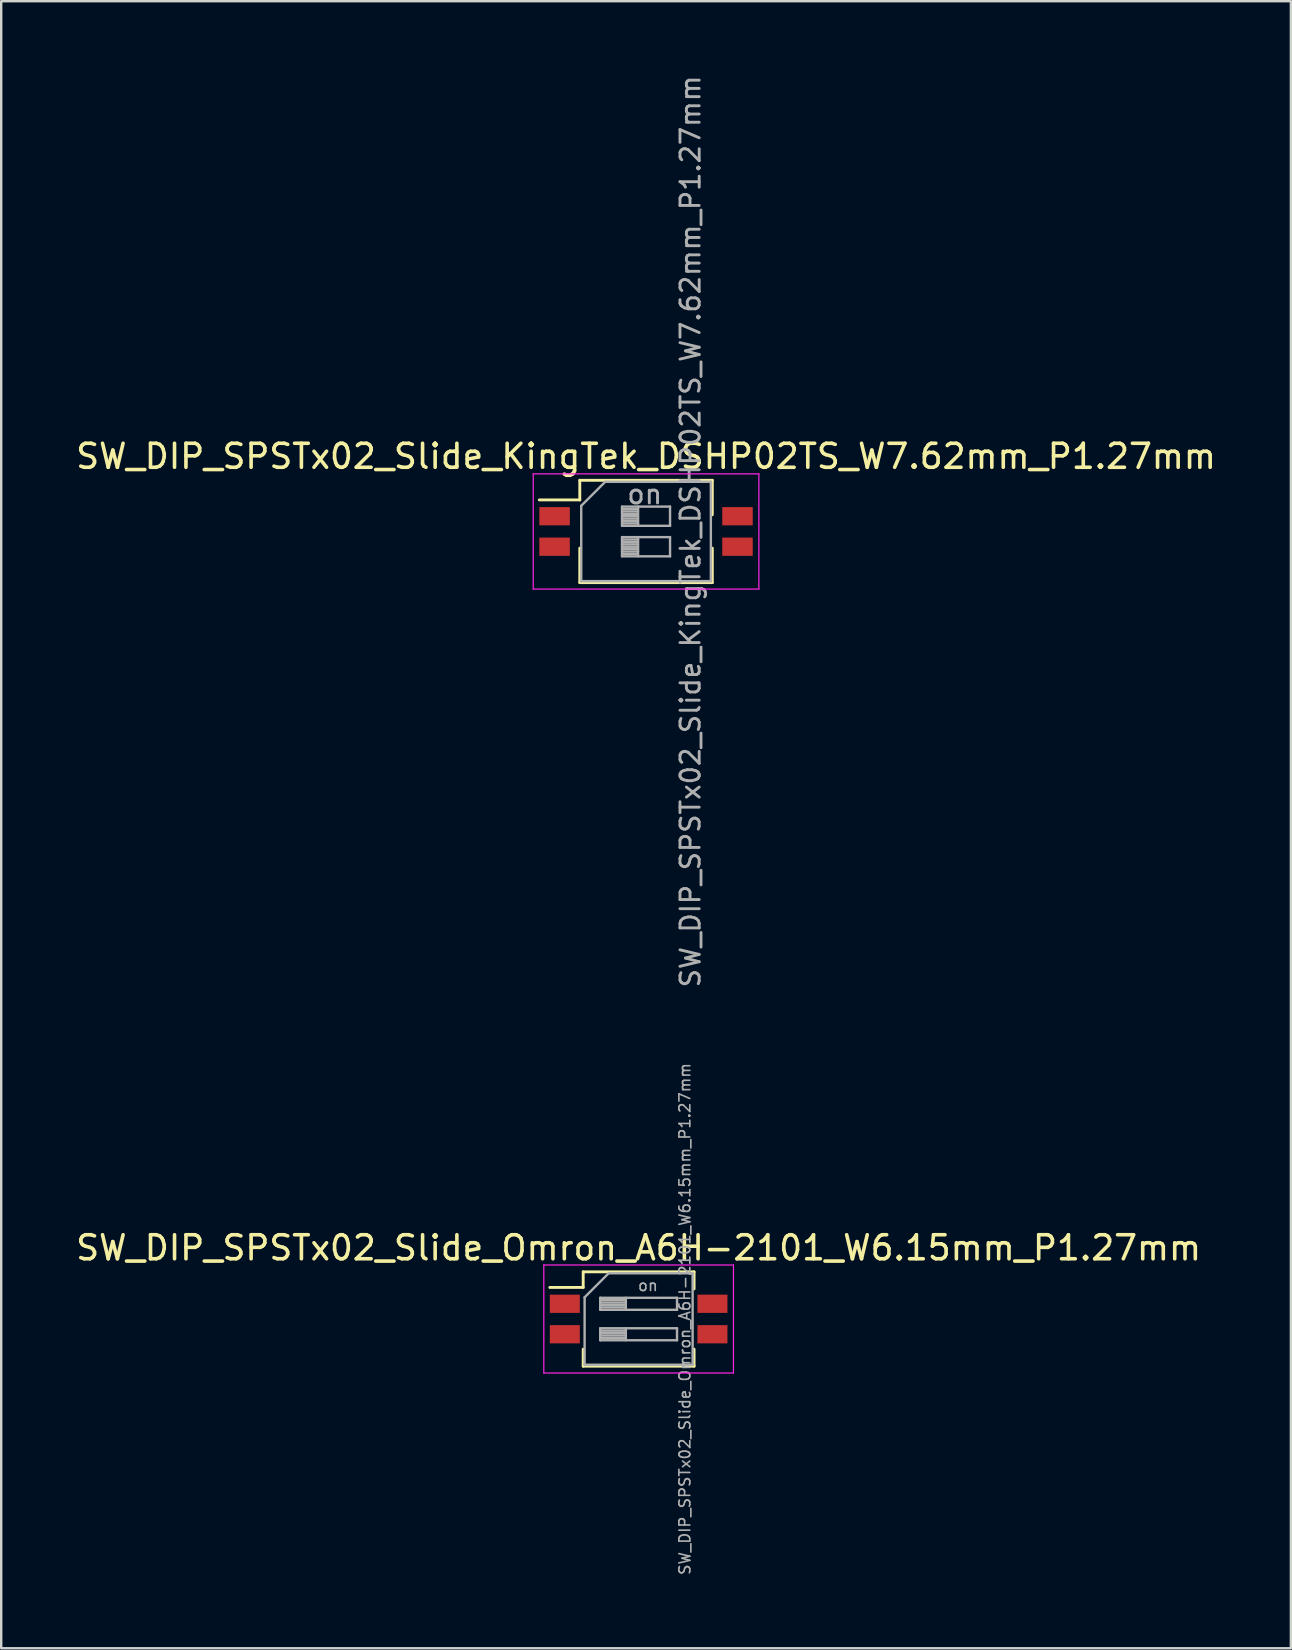
<source format=kicad_pcb>
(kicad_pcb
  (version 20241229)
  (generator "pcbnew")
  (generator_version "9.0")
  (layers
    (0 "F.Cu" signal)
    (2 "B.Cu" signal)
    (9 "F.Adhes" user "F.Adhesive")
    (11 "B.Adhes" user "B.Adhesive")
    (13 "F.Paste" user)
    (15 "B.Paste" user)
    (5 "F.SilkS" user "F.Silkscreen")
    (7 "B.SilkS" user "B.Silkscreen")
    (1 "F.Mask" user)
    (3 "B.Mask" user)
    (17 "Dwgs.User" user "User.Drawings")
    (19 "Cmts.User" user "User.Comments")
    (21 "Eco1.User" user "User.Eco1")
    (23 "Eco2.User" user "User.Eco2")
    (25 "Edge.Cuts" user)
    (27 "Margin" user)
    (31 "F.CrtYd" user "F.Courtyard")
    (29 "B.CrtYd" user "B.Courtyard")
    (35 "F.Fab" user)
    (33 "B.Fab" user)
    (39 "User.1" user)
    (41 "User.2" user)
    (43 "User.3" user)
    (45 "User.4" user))
  (footprint "SW_DIP_SPSTx02_Slide_Omron_A6H-2101_W6.15mm_P1.27mm"
    (layer "F.Cu")
    (at 23.554 51.898)
    (property "Reference" "SW_DIP_SPSTx02_Slide_Omron_A6H-2101_W6.15mm_P1.27mm" (at 0 -2.965 0) (layer "F.SilkS") (effects (font (size 1 1) (thickness 0.15))))
    (attr smd)
    (fp_line (start -3.7 -1.315) (end -2.309 -1.315) (stroke (width 0.12) (type solid)) (layer "F.SilkS"))
    (fp_line (start -2.309 -1.965) (end -2.309 -1.315) (stroke (width 0.12) (type solid)) (layer "F.SilkS"))
    (fp_line (start -2.309 -1.965) (end 2.31 -1.965) (stroke (width 0.12) (type solid)) (layer "F.SilkS"))
    (fp_line (start -2.309 1.255) (end -2.309 1.965) (stroke (width 0.12) (type solid)) (layer "F.SilkS"))
    (fp_line (start -2.309 1.965) (end 2.31 1.965) (stroke (width 0.12) (type solid)) (layer "F.SilkS"))
    (fp_line (start 2.31 -1.965) (end 2.31 -1.255) (stroke (width 0.12) (type solid)) (layer "F.SilkS"))
    (fp_line (start 2.31 1.255) (end 2.31 1.965) (stroke (width 0.12) (type solid)) (layer "F.SilkS"))
    (fp_line (start -3.95 -2.25) (end -3.95 2.25) (stroke (width 0.05) (type solid)) (layer "F.CrtYd"))
    (fp_line (start -3.95 2.25) (end 3.95 2.25) (stroke (width 0.05) (type solid)) (layer "F.CrtYd"))
    (fp_line (start 3.95 -2.25) (end -3.95 -2.25) (stroke (width 0.05) (type solid)) (layer "F.CrtYd"))
    (fp_line (start 3.95 2.25) (end 3.95 -2.25) (stroke (width 0.05) (type solid)) (layer "F.CrtYd"))
    (fp_line (start -2.25 -0.905) (end -1.25 -1.905) (stroke (width 0.1) (type solid)) (layer "F.Fab"))
    (fp_line (start -2.25 1.905) (end -2.25 -0.905) (stroke (width 0.1) (type solid)) (layer "F.Fab"))
    (fp_line (start -1.6 -0.885) (end -1.6 -0.385) (stroke (width 0.1) (type solid)) (layer "F.Fab"))
    (fp_line (start -1.6 -0.785) (end -0.533 -0.785) (stroke (width 0.1) (type solid)) (layer "F.Fab"))
    (fp_line (start -1.6 -0.685) (end -0.533 -0.685) (stroke (width 0.1) (type solid)) (layer "F.Fab"))
    (fp_line (start -1.6 -0.585) (end -0.533 -0.585) (stroke (width 0.1) (type solid)) (layer "F.Fab"))
    (fp_line (start -1.6 -0.485) (end -0.533 -0.485) (stroke (width 0.1) (type solid)) (layer "F.Fab"))
    (fp_line (start -1.6 -0.385) (end 1.6 -0.385) (stroke (width 0.1) (type solid)) (layer "F.Fab"))
    (fp_line (start -1.6 0.385) (end -1.6 0.885) (stroke (width 0.1) (type solid)) (layer "F.Fab"))
    (fp_line (start -1.6 0.485) (end -0.533 0.485) (stroke (width 0.1) (type solid)) (layer "F.Fab"))
    (fp_line (start -1.6 0.585) (end -0.533 0.585) (stroke (width 0.1) (type solid)) (layer "F.Fab"))
    (fp_line (start -1.6 0.685) (end -0.533 0.685) (stroke (width 0.1) (type solid)) (layer "F.Fab"))
    (fp_line (start -1.6 0.785) (end -0.533 0.785) (stroke (width 0.1) (type solid)) (layer "F.Fab"))
    (fp_line (start -1.6 0.885) (end 1.6 0.885) (stroke (width 0.1) (type solid)) (layer "F.Fab"))
    (fp_line (start -1.25 -1.905) (end 2.25 -1.905) (stroke (width 0.1) (type solid)) (layer "F.Fab"))
    (fp_line (start -0.533 -0.885) (end -0.533 -0.385) (stroke (width 0.1) (type solid)) (layer "F.Fab"))
    (fp_line (start -0.533 0.385) (end -0.533 0.885) (stroke (width 0.1) (type solid)) (layer "F.Fab"))
    (fp_line (start 1.6 -0.885) (end -1.6 -0.885) (stroke (width 0.1) (type solid)) (layer "F.Fab"))
    (fp_line (start 1.6 -0.385) (end 1.6 -0.885) (stroke (width 0.1) (type solid)) (layer "F.Fab"))
    (fp_line (start 1.6 0.385) (end -1.6 0.385) (stroke (width 0.1) (type solid)) (layer "F.Fab"))
    (fp_line (start 1.6 0.885) (end 1.6 0.385) (stroke (width 0.1) (type solid)) (layer "F.Fab"))
    (fp_line (start 2.25 -1.905) (end 2.25 1.905) (stroke (width 0.1) (type solid)) (layer "F.Fab"))
    (fp_line (start 2.25 1.905) (end -2.25 1.905) (stroke (width 0.1) (type solid)) (layer "F.Fab"))
    (fp_text user "${REFERENCE}" (at 1.925 0 90) (layer "F.Fab") (effects (font (size 0.455 0.455) (thickness 0.068))))
    (fp_text user "on" (at 0.388 -1.395 0) (layer "F.Fab") (effects (font (size 0.455 0.455) (thickness 0.068))))
    (pad "1" smd rect (at -3.075 -0.635) (size 1.25 0.76) (layers "F.Cu" "F.Mask" "F.Paste"))
    (pad "2" smd rect (at -3.075 0.635) (size 1.25 0.76) (layers "F.Cu" "F.Mask" "F.Paste"))
    (pad "3" smd rect (at 3.075 0.635) (size 1.25 0.76) (layers "F.Cu" "F.Mask" "F.Paste"))
    (pad "4" smd rect (at 3.075 -0.635) (size 1.25 0.76) (layers "F.Cu" "F.Mask" "F.Paste")))
  (footprint "SW_DIP_SPSTx02_Slide_KingTek_DSHP02TS_W7.62mm_P1.27mm"
    (layer "F.Cu")
    (at 23.863 19.09)
    (property "Reference" "SW_DIP_SPSTx02_Slide_KingTek_DSHP02TS_W7.62mm_P1.27mm" (at 0 -3.13 0) (layer "F.SilkS") (effects (font (size 1 1) (thickness 0.15))))
    (attr smd)
    (fp_line (start -4.446 -1.315) (end -2.76 -1.315) (stroke (width 0.12) (type solid)) (layer "F.SilkS"))
    (fp_line (start -2.76 -2.131) (end -2.76 -1.315) (stroke (width 0.12) (type solid)) (layer "F.SilkS"))
    (fp_line (start -2.76 -2.131) (end 2.76 -2.131) (stroke (width 0.12) (type solid)) (layer "F.SilkS"))
    (fp_line (start -2.76 0.695) (end -2.76 2.13) (stroke (width 0.12) (type solid)) (layer "F.SilkS"))
    (fp_line (start -2.76 2.13) (end 2.76 2.13) (stroke (width 0.12) (type solid)) (layer "F.SilkS"))
    (fp_line (start 2.76 -2.131) (end 2.76 -0.696) (stroke (width 0.12) (type solid)) (layer "F.SilkS"))
    (fp_line (start 2.76 0.695) (end 2.76 2.13) (stroke (width 0.12) (type solid)) (layer "F.SilkS"))
    (fp_line (start -4.7 -2.4) (end -4.7 2.4) (stroke (width 0.05) (type solid)) (layer "F.CrtYd"))
    (fp_line (start -4.7 2.4) (end 4.7 2.4) (stroke (width 0.05) (type solid)) (layer "F.CrtYd"))
    (fp_line (start 4.7 -2.4) (end -4.7 -2.4) (stroke (width 0.05) (type solid)) (layer "F.CrtYd"))
    (fp_line (start 4.7 2.4) (end 4.7 -2.4) (stroke (width 0.05) (type solid)) (layer "F.CrtYd"))
    (fp_line (start -2.7 -1.07) (end -1.7 -2.07) (stroke (width 0.1) (type solid)) (layer "F.Fab"))
    (fp_line (start -2.7 2.07) (end -2.7 -1.07) (stroke (width 0.1) (type solid)) (layer "F.Fab"))
    (fp_line (start -1.7 -2.07) (end 2.7 -2.07) (stroke (width 0.1) (type solid)) (layer "F.Fab"))
    (fp_line (start -1 -1.035) (end -1 -0.235) (stroke (width 0.1) (type solid)) (layer "F.Fab"))
    (fp_line (start -1 -0.935) (end -0.333 -0.935) (stroke (width 0.1) (type solid)) (layer "F.Fab"))
    (fp_line (start -1 -0.835) (end -0.333 -0.835) (stroke (width 0.1) (type solid)) (layer "F.Fab"))
    (fp_line (start -1 -0.735) (end -0.333 -0.735) (stroke (width 0.1) (type solid)) (layer "F.Fab"))
    (fp_line (start -1 -0.635) (end -0.333 -0.635) (stroke (width 0.1) (type solid)) (layer "F.Fab"))
    (fp_line (start -1 -0.535) (end -0.333 -0.535) (stroke (width 0.1) (type solid)) (layer "F.Fab"))
    (fp_line (start -1 -0.435) (end -0.333 -0.435) (stroke (width 0.1) (type solid)) (layer "F.Fab"))
    (fp_line (start -1 -0.335) (end -0.333 -0.335) (stroke (width 0.1) (type solid)) (layer "F.Fab"))
    (fp_line (start -1 -0.235) (end 1 -0.235) (stroke (width 0.1) (type solid)) (layer "F.Fab"))
    (fp_line (start -1 0.235) (end -1 1.035) (stroke (width 0.1) (type solid)) (layer "F.Fab"))
    (fp_line (start -1 0.335) (end -0.333 0.335) (stroke (width 0.1) (type solid)) (layer "F.Fab"))
    (fp_line (start -1 0.435) (end -0.333 0.435) (stroke (width 0.1) (type solid)) (layer "F.Fab"))
    (fp_line (start -1 0.535) (end -0.333 0.535) (stroke (width 0.1) (type solid)) (layer "F.Fab"))
    (fp_line (start -1 0.635) (end -0.333 0.635) (stroke (width 0.1) (type solid)) (layer "F.Fab"))
    (fp_line (start -1 0.735) (end -0.333 0.735) (stroke (width 0.1) (type solid)) (layer "F.Fab"))
    (fp_line (start -1 0.835) (end -0.333 0.835) (stroke (width 0.1) (type solid)) (layer "F.Fab"))
    (fp_line (start -1 0.935) (end -0.333 0.935) (stroke (width 0.1) (type solid)) (layer "F.Fab"))
    (fp_line (start -1 1.035) (end 1 1.035) (stroke (width 0.1) (type solid)) (layer "F.Fab"))
    (fp_line (start -0.333 -1.035) (end -0.333 -0.235) (stroke (width 0.1) (type solid)) (layer "F.Fab"))
    (fp_line (start -0.333 0.235) (end -0.333 1.035) (stroke (width 0.1) (type solid)) (layer "F.Fab"))
    (fp_line (start 1 -1.035) (end -1 -1.035) (stroke (width 0.1) (type solid)) (layer "F.Fab"))
    (fp_line (start 1 -0.235) (end 1 -1.035) (stroke (width 0.1) (type solid)) (layer "F.Fab"))
    (fp_line (start 1 0.235) (end -1 0.235) (stroke (width 0.1) (type solid)) (layer "F.Fab"))
    (fp_line (start 1 1.035) (end 1 0.235) (stroke (width 0.1) (type solid)) (layer "F.Fab"))
    (fp_line (start 2.7 -2.07) (end 2.7 2.07) (stroke (width 0.1) (type solid)) (layer "F.Fab"))
    (fp_line (start 2.7 2.07) (end -2.7 2.07) (stroke (width 0.1) (type solid)) (layer "F.Fab"))
    (fp_text user "on" (at -0.055 -1.552 0) (layer "F.Fab") (effects (font (size 0.8 0.8) (thickness 0.12))))
    (fp_text user "${REFERENCE}" (at 1.85 0 90) (layer "F.Fab") (effects (font (size 0.8 0.8) (thickness 0.12))))
    (pad "1" smd rect (at -3.81 -0.635) (size 1.27 0.76) (layers "F.Cu" "F.Mask" "F.Paste"))
    (pad "2" smd rect (at -3.81 0.635) (size 1.27 0.76) (layers "F.Cu" "F.Mask" "F.Paste"))
    (pad "3" smd rect (at 3.81 0.635) (size 1.27 0.76) (layers "F.Cu" "F.Mask" "F.Paste"))
    (pad "4" smd rect (at 3.81 -0.635) (size 1.27 0.76) (layers "F.Cu" "F.Mask" "F.Paste")))
  (gr_rect
    (start -3 -3)
    (end 50.726 65.615)
    (stroke (width 0.1) (type default))
    (fill no)
    (layer "Edge.Cuts")))
</source>
